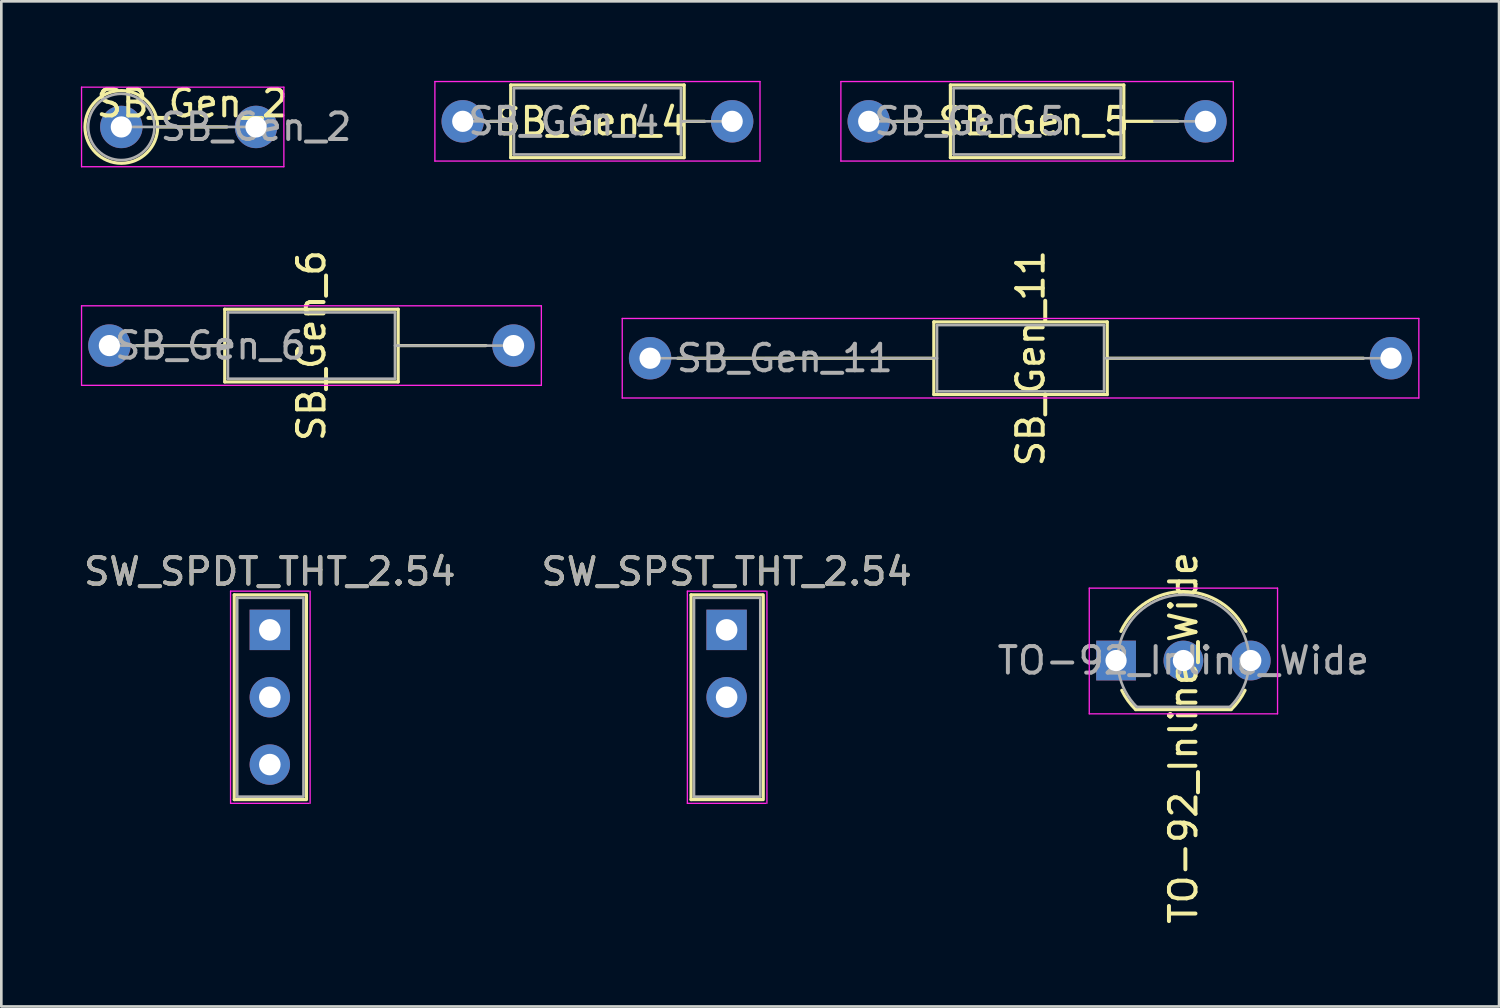
<source format=kicad_pcb>
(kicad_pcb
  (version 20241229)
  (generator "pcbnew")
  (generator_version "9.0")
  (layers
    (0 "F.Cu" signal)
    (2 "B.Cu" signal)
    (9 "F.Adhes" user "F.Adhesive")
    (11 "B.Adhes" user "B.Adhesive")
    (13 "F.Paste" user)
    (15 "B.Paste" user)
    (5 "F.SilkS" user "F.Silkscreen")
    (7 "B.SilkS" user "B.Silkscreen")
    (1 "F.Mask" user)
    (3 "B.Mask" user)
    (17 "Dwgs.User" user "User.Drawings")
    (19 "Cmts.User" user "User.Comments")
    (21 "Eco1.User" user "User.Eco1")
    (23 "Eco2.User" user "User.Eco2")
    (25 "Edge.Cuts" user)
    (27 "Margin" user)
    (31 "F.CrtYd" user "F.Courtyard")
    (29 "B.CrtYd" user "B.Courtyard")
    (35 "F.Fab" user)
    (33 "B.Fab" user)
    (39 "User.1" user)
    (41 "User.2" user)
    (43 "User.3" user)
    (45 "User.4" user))
  (footprint "SW_SPST_THT_2.54"
    (layer "F.Cu")
    (at 24.351 20.703)
    (property "Reference" "SW_SPST_THT_2.54" (at 0 -2.2 180) (layer "F.SilkS") (effects (font (size 1 1) (thickness 0.15))))
    (attr through_hole)
    (fp_line (start -1.341 -1.321) (end 1.341 -1.321) (stroke (width 0.12) (type solid)) (layer "F.SilkS"))
    (fp_line (start -1.341 6.401) (end -1.341 -1.321) (stroke (width 0.12) (type solid)) (layer "F.SilkS"))
    (fp_line (start -1.341 6.401) (end 1.341 6.401) (stroke (width 0.12) (type solid)) (layer "F.SilkS"))
    (fp_line (start 1.381 -1.321) (end 1.381 6.401) (stroke (width 0.12) (type solid)) (layer "F.SilkS"))
    (fp_line (start -1.48 6.54) (end -1.48 -1.46) (stroke (width 0.05) (type solid)) (layer "F.CrtYd"))
    (fp_line (start -1.48 6.54) (end 1.48 6.54) (stroke (width 0.05) (type solid)) (layer "F.CrtYd"))
    (fp_line (start 1.48 -1.46) (end -1.48 -1.46) (stroke (width 0.05) (type solid)) (layer "F.CrtYd"))
    (fp_line (start 1.52 -1.46) (end 1.52 6.54) (stroke (width 0.05) (type solid)) (layer "F.CrtYd"))
    (fp_line (start -1.23 -1.21) (end 1.23 -1.21) (stroke (width 0.1) (type solid)) (layer "F.Fab"))
    (fp_line (start -1.23 6.29) (end -1.23 -1.21) (stroke (width 0.1) (type solid)) (layer "F.Fab"))
    (fp_line (start -1.23 6.29) (end 1.23 6.29) (stroke (width 0.1) (type solid)) (layer "F.Fab"))
    (fp_line (start 1.27 6.29) (end 1.27 -1.21) (stroke (width 0.1) (type solid)) (layer "F.Fab"))
    (fp_text user "${REFERENCE}" (at 0 -2.2 180) (layer "F.Fab") (effects (font (size 1 1) (thickness 0.15))))
    (pad "1" thru_hole rect (at 0 0) (size 1.524 1.524) (drill 0.813) (layers "*.Cu" "*.Mask"))
    (pad "2" thru_hole circle (at 0 2.54) (size 1.524 1.524) (drill 0.813) (layers "*.Cu" "*.Mask")))
  (footprint "SW_SPDT_THT_2.54"
    (layer "F.Cu")
    (at 7.125 20.703)
    (property "Reference" "SW_SPDT_THT_2.54" (at 0 -2.2 0) (layer "F.SilkS") (effects (font (size 1 1) (thickness 0.15))))
    (attr through_hole)
    (fp_line (start -1.341 -1.321) (end 1.341 -1.321) (stroke (width 0.12) (type solid)) (layer "F.SilkS"))
    (fp_line (start -1.341 6.401) (end -1.341 -1.321) (stroke (width 0.12) (type solid)) (layer "F.SilkS"))
    (fp_line (start -1.341 6.401) (end 1.341 6.401) (stroke (width 0.12) (type solid)) (layer "F.SilkS"))
    (fp_line (start 1.381 -1.321) (end 1.381 6.401) (stroke (width 0.12) (type solid)) (layer "F.SilkS"))
    (fp_line (start -1.48 6.54) (end -1.48 -1.46) (stroke (width 0.05) (type solid)) (layer "F.CrtYd"))
    (fp_line (start -1.48 6.54) (end 1.48 6.54) (stroke (width 0.05) (type solid)) (layer "F.CrtYd"))
    (fp_line (start 1.48 -1.46) (end -1.48 -1.46) (stroke (width 0.05) (type solid)) (layer "F.CrtYd"))
    (fp_line (start 1.52 -1.46) (end 1.52 6.54) (stroke (width 0.05) (type solid)) (layer "F.CrtYd"))
    (fp_line (start -1.23 -1.21) (end 1.23 -1.21) (stroke (width 0.1) (type solid)) (layer "F.Fab"))
    (fp_line (start -1.23 6.29) (end -1.23 -1.21) (stroke (width 0.1) (type solid)) (layer "F.Fab"))
    (fp_line (start -1.23 6.29) (end 1.23 6.29) (stroke (width 0.1) (type solid)) (layer "F.Fab"))
    (fp_line (start 1.27 6.29) (end 1.27 -1.21) (stroke (width 0.1) (type solid)) (layer "F.Fab"))
    (fp_text user "${REFERENCE}" (at 0 -2.2 0) (layer "F.Fab") (effects (font (size 1 1) (thickness 0.15))))
    (pad "1" thru_hole rect (at 0 0) (size 1.524 1.524) (drill 0.813) (layers "*.Cu" "*.Mask"))
    (pad "2" thru_hole circle (at 0 2.54) (size 1.524 1.524) (drill 0.813) (layers "*.Cu" "*.Mask"))
    (pad "3" thru_hole circle (at 0 5.08) (size 1.524 1.524) (drill 0.813) (layers "*.Cu" "*.Mask")))
  (footprint "SB_Gen_11"
    (layer "F.Cu")
    (at 21.465 10.459)
    (property "Reference" "SB_Gen_11" (at 14.351 0 270) (layer "F.SilkS") (effects (font (size 1 1) (thickness 0.15))))
    (attr through_hole)
    (fp_line (start 1.04 0) (end 10.7 0) (stroke (width 0.12) (type solid)) (layer "F.SilkS"))
    (fp_line (start 10.7 -1.37) (end 10.7 1.37) (stroke (width 0.12) (type solid)) (layer "F.SilkS"))
    (fp_line (start 10.7 1.37) (end 17.24 1.37) (stroke (width 0.12) (type solid)) (layer "F.SilkS"))
    (fp_line (start 17.24 -1.37) (end 10.7 -1.37) (stroke (width 0.12) (type solid)) (layer "F.SilkS"))
    (fp_line (start 17.24 1.37) (end 17.24 -1.37) (stroke (width 0.12) (type solid)) (layer "F.SilkS"))
    (fp_line (start 26.9 0) (end 17.272 0) (stroke (width 0.12) (type solid)) (layer "F.SilkS"))
    (fp_line (start -1.05 -1.5) (end -1.05 1.5) (stroke (width 0.05) (type solid)) (layer "F.CrtYd"))
    (fp_line (start -1.05 1.5) (end 28.99 1.5) (stroke (width 0.05) (type solid)) (layer "F.CrtYd"))
    (fp_line (start 28.99 -1.5) (end -1.05 -1.5) (stroke (width 0.05) (type solid)) (layer "F.CrtYd"))
    (fp_line (start 28.99 1.5) (end 28.99 -1.5) (stroke (width 0.05) (type solid)) (layer "F.CrtYd"))
    (fp_line (start 0 0) (end 10.82 0) (stroke (width 0.1) (type solid)) (layer "F.Fab"))
    (fp_line (start 10.82 -1.25) (end 10.82 1.25) (stroke (width 0.1) (type solid)) (layer "F.Fab"))
    (fp_line (start 10.82 1.25) (end 17.12 1.25) (stroke (width 0.1) (type solid)) (layer "F.Fab"))
    (fp_line (start 17.12 -1.25) (end 10.82 -1.25) (stroke (width 0.1) (type solid)) (layer "F.Fab"))
    (fp_line (start 17.12 1.25) (end 17.12 -1.25) (stroke (width 0.1) (type solid)) (layer "F.Fab"))
    (fp_line (start 27.94 0) (end 17.145 0) (stroke (width 0.1) (type solid)) (layer "F.Fab"))
    (fp_text user "${REFERENCE}" (at 5.08 0 180) (layer "F.Fab") (effects (font (size 1 1) (thickness 0.15))))
    (pad "1" thru_hole circle (at 0 0) (size 1.6 1.6) (drill 0.8) (layers "*.Cu" "*.Mask"))
    (pad "2" thru_hole oval (at 27.94 0) (size 1.6 1.6) (drill 0.8) (layers "*.Cu" "*.Mask")))
  (footprint "SB_Gen_6"
    (layer "F.Cu")
    (at 1.075 9.982)
    (property "Reference" "SB_Gen_6" (at 7.62 0 270) (layer "F.SilkS") (effects (font (size 1 1) (thickness 0.15))))
    (attr through_hole)
    (fp_line (start 1.04 0) (end 4.35 0) (stroke (width 0.12) (type solid)) (layer "F.SilkS"))
    (fp_line (start 4.35 -1.37) (end 4.35 1.37) (stroke (width 0.12) (type solid)) (layer "F.SilkS"))
    (fp_line (start 4.35 1.37) (end 10.89 1.37) (stroke (width 0.12) (type solid)) (layer "F.SilkS"))
    (fp_line (start 10.89 -1.37) (end 4.35 -1.37) (stroke (width 0.12) (type solid)) (layer "F.SilkS"))
    (fp_line (start 10.89 1.37) (end 10.89 -1.37) (stroke (width 0.12) (type solid)) (layer "F.SilkS"))
    (fp_line (start 14.2 0) (end 10.89 0) (stroke (width 0.12) (type solid)) (layer "F.SilkS"))
    (fp_line (start -1.05 -1.5) (end -1.05 1.5) (stroke (width 0.05) (type solid)) (layer "F.CrtYd"))
    (fp_line (start -1.05 1.5) (end 16.29 1.5) (stroke (width 0.05) (type solid)) (layer "F.CrtYd"))
    (fp_line (start 16.29 -1.5) (end -1.05 -1.5) (stroke (width 0.05) (type solid)) (layer "F.CrtYd"))
    (fp_line (start 16.29 1.5) (end 16.29 -1.5) (stroke (width 0.05) (type solid)) (layer "F.CrtYd"))
    (fp_line (start 0 0) (end 4.47 0) (stroke (width 0.1) (type solid)) (layer "F.Fab"))
    (fp_line (start 4.47 -1.25) (end 4.47 1.25) (stroke (width 0.1) (type solid)) (layer "F.Fab"))
    (fp_line (start 4.47 1.25) (end 10.77 1.25) (stroke (width 0.1) (type solid)) (layer "F.Fab"))
    (fp_line (start 10.77 -1.25) (end 4.47 -1.25) (stroke (width 0.1) (type solid)) (layer "F.Fab"))
    (fp_line (start 10.77 1.25) (end 10.77 -1.25) (stroke (width 0.1) (type solid)) (layer "F.Fab"))
    (fp_line (start 15.24 0) (end 10.77 0) (stroke (width 0.1) (type solid)) (layer "F.Fab"))
    (fp_text user "${REFERENCE}" (at 3.81 0 180) (layer "F.Fab") (effects (font (size 1 1) (thickness 0.15))))
    (pad "1" thru_hole circle (at 0 0) (size 1.6 1.6) (drill 0.8) (layers "*.Cu" "*.Mask"))
    (pad "2" thru_hole oval (at 15.24 0) (size 1.6 1.6) (drill 0.8) (layers "*.Cu" "*.Mask")))
  (footprint "SB_Gen_5"
    (layer "F.Cu")
    (at 29.71 1.525)
    (property "Reference" "SB_Gen_5" (at 6.223 0 180) (layer "F.SilkS") (effects (font (size 1 1) (thickness 0.15))))
    (attr through_hole)
    (fp_line (start 1.04 0) (end 3.08 0) (stroke (width 0.12) (type solid)) (layer "F.SilkS"))
    (fp_line (start 3.08 -1.37) (end 3.08 1.37) (stroke (width 0.12) (type solid)) (layer "F.SilkS"))
    (fp_line (start 3.08 1.37) (end 9.62 1.37) (stroke (width 0.12) (type solid)) (layer "F.SilkS"))
    (fp_line (start 9.62 -1.37) (end 3.08 -1.37) (stroke (width 0.12) (type solid)) (layer "F.SilkS"))
    (fp_line (start 9.62 1.37) (end 9.62 -1.37) (stroke (width 0.12) (type solid)) (layer "F.SilkS"))
    (fp_line (start 11.66 0) (end 9.62 0) (stroke (width 0.12) (type solid)) (layer "F.SilkS"))
    (fp_line (start -1.05 -1.5) (end -1.05 1.5) (stroke (width 0.05) (type solid)) (layer "F.CrtYd"))
    (fp_line (start -1.05 1.5) (end 13.75 1.5) (stroke (width 0.05) (type solid)) (layer "F.CrtYd"))
    (fp_line (start 13.75 -1.5) (end -1.05 -1.5) (stroke (width 0.05) (type solid)) (layer "F.CrtYd"))
    (fp_line (start 13.75 1.5) (end 13.75 -1.5) (stroke (width 0.05) (type solid)) (layer "F.CrtYd"))
    (fp_line (start 0 0) (end 3.2 0) (stroke (width 0.1) (type solid)) (layer "F.Fab"))
    (fp_line (start 3.2 -1.25) (end 3.2 1.25) (stroke (width 0.1) (type solid)) (layer "F.Fab"))
    (fp_line (start 3.2 1.25) (end 9.5 1.25) (stroke (width 0.1) (type solid)) (layer "F.Fab"))
    (fp_line (start 9.5 -1.25) (end 3.2 -1.25) (stroke (width 0.1) (type solid)) (layer "F.Fab"))
    (fp_line (start 9.5 1.25) (end 9.5 -1.25) (stroke (width 0.1) (type solid)) (layer "F.Fab"))
    (fp_line (start 12.7 0) (end 10.77 0) (stroke (width 0.1) (type solid)) (layer "F.Fab"))
    (fp_text user "${REFERENCE}" (at 3.81 0 180) (layer "F.Fab") (effects (font (size 1 1) (thickness 0.15))))
    (pad "1" thru_hole circle (at 0 0) (size 1.6 1.6) (drill 0.8) (layers "*.Cu" "*.Mask"))
    (pad "2" thru_hole oval (at 12.7 0) (size 1.6 1.6) (drill 0.8) (layers "*.Cu" "*.Mask")))
  (footprint "TO-92_Inline_Wide"
    (layer "F.Cu")
    (at 39.037 21.859)
    (property "Reference" "TO-92_Inline_Wide" (at 2.54 2.921 270) (layer "F.SilkS") (effects (font (size 1 1) (thickness 0.15))))
    (attr through_hole)
    (fp_line (start 0.74 1.85) (end 4.34 1.85) (stroke (width 0.12) (type solid)) (layer "F.SilkS"))
    (fp_arc (start 0.1836 -1.098807) (mid 1.143021 -2.192817) (end 2.54 -2.6) (stroke (width 0.12) (type solid)) (layer "F.SilkS"))
    (fp_arc (start 0.74 1.85) (mid 0.446097 1.509328) (end 0.215816 1.122795) (stroke (width 0.12) (type solid)) (layer "F.SilkS"))
    (fp_arc (start 2.54 -2.6) (mid 3.936979 -2.192818) (end 4.8964 -1.098807) (stroke (width 0.12) (type solid)) (layer "F.SilkS"))
    (fp_arc (start 4.864184 1.122795) (mid 4.633903 1.509328) (end 4.34 1.85) (stroke (width 0.12) (type solid)) (layer "F.SilkS"))
    (fp_line (start -1.01 -2.73) (end -1.01 2.01) (stroke (width 0.05) (type solid)) (layer "F.CrtYd"))
    (fp_line (start -1.01 -2.73) (end 6.09 -2.73) (stroke (width 0.05) (type solid)) (layer "F.CrtYd"))
    (fp_line (start 6.09 2.01) (end -1.01 2.01) (stroke (width 0.05) (type solid)) (layer "F.CrtYd"))
    (fp_line (start 6.09 2.01) (end 6.09 -2.73) (stroke (width 0.05) (type solid)) (layer "F.CrtYd"))
    (fp_line (start 0.8 1.75) (end 4.3 1.75) (stroke (width 0.1) (type solid)) (layer "F.Fab"))
    (fp_arc (start 0.786375 1.753625) (mid 0.248779 -0.949055) (end 2.54 -2.48) (stroke (width 0.1) (type solid)) (layer "F.Fab"))
    (fp_arc (start 2.54 -2.48) (mid 4.831221 -0.949055) (end 4.293625 1.753625) (stroke (width 0.1) (type solid)) (layer "F.Fab"))
    (fp_text user "${REFERENCE}" (at 2.54 0 180) (layer "F.Fab") (effects (font (size 1 1) (thickness 0.15))))
    (pad "1" thru_hole rect (at 0 0) (size 1.5 1.5) (drill 0.8) (layers "*.Cu" "*.Mask"))
    (pad "2" thru_hole circle (at 2.54 0) (size 1.5 1.5) (drill 0.8) (layers "*.Cu" "*.Mask"))
    (pad "3" thru_hole circle (at 5.08 0) (size 1.5 1.5) (drill 0.8) (layers "*.Cu" "*.Mask")))
  (footprint "SB_Gen_2"
    (layer "F.Cu")
    (at 1.525 1.737)
    (property "Reference" "SB_Gen_2" (at 2.667 -0.889 180) (layer "F.SilkS") (effects (font (size 1 1) (thickness 0.15))))
    (attr through_hole)
    (fp_line (start 1.37 0) (end 3.98 0) (stroke (width 0.12) (type solid)) (layer "F.SilkS"))
    (fp_circle (center 0 0) (end 1.37 0) (stroke (width 0.12) (type solid)) (fill no) (layer "F.SilkS"))
    (fp_line (start -1.5 -1.5) (end -1.5 1.5) (stroke (width 0.05) (type solid)) (layer "F.CrtYd"))
    (fp_line (start -1.5 1.5) (end 6.13 1.5) (stroke (width 0.05) (type solid)) (layer "F.CrtYd"))
    (fp_line (start 6.13 -1.5) (end -1.5 -1.5) (stroke (width 0.05) (type solid)) (layer "F.CrtYd"))
    (fp_line (start 6.13 1.5) (end 6.13 -1.5) (stroke (width 0.05) (type solid)) (layer "F.CrtYd"))
    (fp_line (start 0 0) (end 5.08 0) (stroke (width 0.1) (type solid)) (layer "F.Fab"))
    (fp_circle (center 0 0) (end 1.25 0) (stroke (width 0.1) (type solid)) (fill no) (layer "F.Fab"))
    (fp_text user "${REFERENCE}" (at 5.08 0 180) (layer "F.Fab") (effects (font (size 1 1) (thickness 0.15))))
    (pad "1" thru_hole circle (at 0 0) (size 1.6 1.6) (drill 0.8) (layers "*.Cu" "*.Mask"))
    (pad "2" thru_hole oval (at 5.08 0) (size 1.6 1.6) (drill 0.8) (layers "*.Cu" "*.Mask")))
  (footprint "SB_Gen_4"
    (layer "F.Cu")
    (at 14.4 1.525)
    (property "Reference" "SB_Gen_4" (at 4.826 0 0) (layer "F.SilkS") (effects (font (size 1 1) (thickness 0.15))))
    (attr through_hole)
    (fp_line (start 1.04 0) (end 1.81 0) (stroke (width 0.12) (type solid)) (layer "F.SilkS"))
    (fp_line (start 1.81 -1.37) (end 1.81 1.37) (stroke (width 0.12) (type solid)) (layer "F.SilkS"))
    (fp_line (start 1.81 1.37) (end 8.35 1.37) (stroke (width 0.12) (type solid)) (layer "F.SilkS"))
    (fp_line (start 8.35 -1.37) (end 1.81 -1.37) (stroke (width 0.12) (type solid)) (layer "F.SilkS"))
    (fp_line (start 8.35 1.37) (end 8.35 -1.37) (stroke (width 0.12) (type solid)) (layer "F.SilkS"))
    (fp_line (start 9.12 0) (end 8.35 0) (stroke (width 0.12) (type solid)) (layer "F.SilkS"))
    (fp_line (start -1.05 -1.5) (end -1.05 1.5) (stroke (width 0.05) (type solid)) (layer "F.CrtYd"))
    (fp_line (start -1.05 1.5) (end 11.21 1.5) (stroke (width 0.05) (type solid)) (layer "F.CrtYd"))
    (fp_line (start 11.21 -1.5) (end -1.05 -1.5) (stroke (width 0.05) (type solid)) (layer "F.CrtYd"))
    (fp_line (start 11.21 1.5) (end 11.21 -1.5) (stroke (width 0.05) (type solid)) (layer "F.CrtYd"))
    (fp_line (start 0 0) (end 1.93 0) (stroke (width 0.1) (type solid)) (layer "F.Fab"))
    (fp_line (start 1.93 -1.25) (end 1.93 1.25) (stroke (width 0.1) (type solid)) (layer "F.Fab"))
    (fp_line (start 1.93 1.25) (end 8.23 1.25) (stroke (width 0.1) (type solid)) (layer "F.Fab"))
    (fp_line (start 8.23 -1.25) (end 1.93 -1.25) (stroke (width 0.1) (type solid)) (layer "F.Fab"))
    (fp_line (start 8.23 1.25) (end 8.23 -1.25) (stroke (width 0.1) (type solid)) (layer "F.Fab"))
    (fp_line (start 10.16 0) (end 8.23 0) (stroke (width 0.1) (type solid)) (layer "F.Fab"))
    (fp_text user "${REFERENCE}" (at 3.81 0 0) (layer "F.Fab") (effects (font (size 1 1) (thickness 0.15))))
    (pad "1" thru_hole circle (at 0 0) (size 1.6 1.6) (drill 0.8) (layers "*.Cu" "*.Mask"))
    (pad "2" thru_hole oval (at 10.16 0) (size 1.6 1.6) (drill 0.8) (layers "*.Cu" "*.Mask")))
  (gr_rect
    (start -3 -3)
    (end 53.48 34.905)
    (stroke (width 0.1) (type default))
    (fill no)
    (layer "Edge.Cuts")))
</source>
